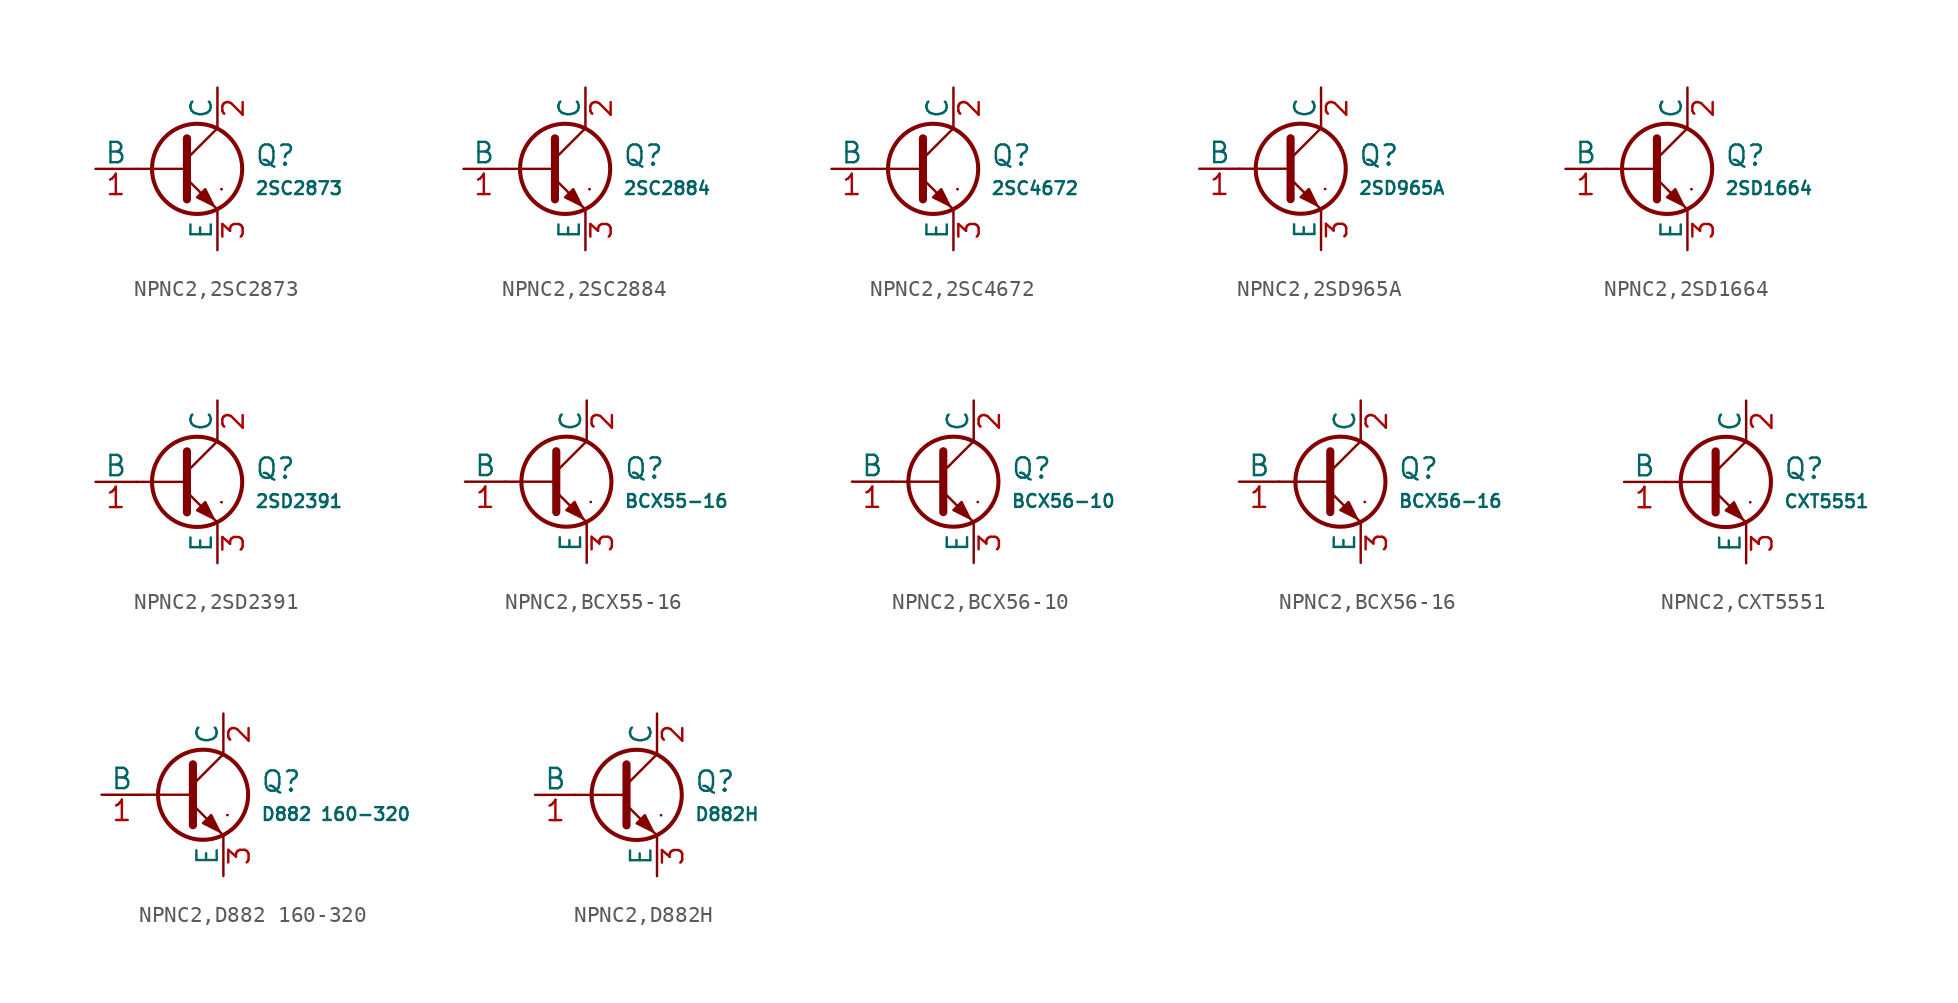
<source format=kicad_sym>
(kicad_symbol_lib
  (version 20231120)
  (generator "CDFER")
  (generator_version "8.0")
  (symbol "NPNC2,2SC2873"
    (pin_names
      (offset 0))
    (property "Reference" "Q"
      (at 4.851 0.834 0)
      (effects (font (size 1.27 1.27)) (justify left)))
    (property "Value" "2SC2873"
      (at 4.851 -1.212 0)
      (effects (font (size 0.8 0.8)) (justify left)))
    (symbol "NPNC2,2SC2873_0_1"
      (polyline (pts (xy -2.54 0) (xy 0.635 0)) (stroke (width 0.152) (type default)) (fill (type none)))
      (polyline (pts (xy 0.635 0.635) (xy 2.54 2.54)) (stroke (width 0) (type default)) (fill (type none)))
      (polyline (pts (xy 2.794 -1.27) (xy 2.794 -1.27)) (stroke (width 0.152) (type default)) (fill (type none)))
      (polyline (pts (xy 2.794 -1.27) (xy 2.794 -1.27)) (stroke (width 0.152) (type default)) (fill (type none)))
      (polyline (pts (xy 0.635 -0.635) (xy 2.54 -2.54) (xy 2.54 -2.54)) (stroke (width 0) (type default)) (fill (type none)))
      (polyline (pts (xy 0.635 1.905) (xy 0.635 -1.905) (xy 0.635 -1.905)) (stroke (width 0.508) (type default)) (fill (type none)))
      (polyline (pts (xy 1.27 -1.778) (xy 1.778 -1.27) (xy 2.286 -2.286) (xy 1.27 -1.778) (xy 1.27 -1.778)) (stroke (width 0) (type default)) (fill (type outline)))
      (circle (center 1.27 0) (radius 2.819) (stroke (width 0.254) (type default)) (fill (type none))))
    (symbol "NPNC2,2SC2873_1_1"
      (pin open_collector line (at 2.54 5.08 270) (length 2.54) (name "C" (effects (font (size 1.27 1.27)))) (number "2" (effects (font (size 1.27 1.27)))))
      (pin input line (at -5.08 0 0) (length 2.54) (name "B" (effects (font (size 1.27 1.27)))) (number "1" (effects (font (size 1.27 1.27)))))
      (pin open_emitter line (at 2.54 -5.08 90) (length 2.54) (name "E" (effects (font (size 1.27 1.27)))) (number "3" (effects (font (size 1.27 1.27)))))))
  (symbol "NPNC2,2SC2884"
    (pin_names
      (offset 0))
    (property "Reference" "Q"
      (at 4.851 0.834 0)
      (effects (font (size 1.27 1.27)) (justify left)))
    (property "Value" "2SC2884"
      (at 4.851 -1.212 0)
      (effects (font (size 0.8 0.8)) (justify left)))
    (symbol "NPNC2,2SC2884_0_1"
      (polyline (pts (xy -2.54 0) (xy 0.635 0)) (stroke (width 0.152) (type default)) (fill (type none)))
      (polyline (pts (xy 0.635 0.635) (xy 2.54 2.54)) (stroke (width 0) (type default)) (fill (type none)))
      (polyline (pts (xy 2.794 -1.27) (xy 2.794 -1.27)) (stroke (width 0.152) (type default)) (fill (type none)))
      (polyline (pts (xy 2.794 -1.27) (xy 2.794 -1.27)) (stroke (width 0.152) (type default)) (fill (type none)))
      (polyline (pts (xy 0.635 -0.635) (xy 2.54 -2.54) (xy 2.54 -2.54)) (stroke (width 0) (type default)) (fill (type none)))
      (polyline (pts (xy 0.635 1.905) (xy 0.635 -1.905) (xy 0.635 -1.905)) (stroke (width 0.508) (type default)) (fill (type none)))
      (polyline (pts (xy 1.27 -1.778) (xy 1.778 -1.27) (xy 2.286 -2.286) (xy 1.27 -1.778) (xy 1.27 -1.778)) (stroke (width 0) (type default)) (fill (type outline)))
      (circle (center 1.27 0) (radius 2.819) (stroke (width 0.254) (type default)) (fill (type none))))
    (symbol "NPNC2,2SC2884_1_1"
      (pin open_collector line (at 2.54 5.08 270) (length 2.54) (name "C" (effects (font (size 1.27 1.27)))) (number "2" (effects (font (size 1.27 1.27)))))
      (pin input line (at -5.08 0 0) (length 2.54) (name "B" (effects (font (size 1.27 1.27)))) (number "1" (effects (font (size 1.27 1.27)))))
      (pin open_emitter line (at 2.54 -5.08 90) (length 2.54) (name "E" (effects (font (size 1.27 1.27)))) (number "3" (effects (font (size 1.27 1.27)))))))
  (symbol "NPNC2,2SC4672"
    (pin_names
      (offset 0))
    (property "Reference" "Q"
      (at 4.851 0.834 0)
      (effects (font (size 1.27 1.27)) (justify left)))
    (property "Value" "2SC4672"
      (at 4.851 -1.212 0)
      (effects (font (size 0.8 0.8)) (justify left)))
    (symbol "NPNC2,2SC4672_0_1"
      (polyline (pts (xy -2.54 0) (xy 0.635 0)) (stroke (width 0.152) (type default)) (fill (type none)))
      (polyline (pts (xy 0.635 0.635) (xy 2.54 2.54)) (stroke (width 0) (type default)) (fill (type none)))
      (polyline (pts (xy 2.794 -1.27) (xy 2.794 -1.27)) (stroke (width 0.152) (type default)) (fill (type none)))
      (polyline (pts (xy 2.794 -1.27) (xy 2.794 -1.27)) (stroke (width 0.152) (type default)) (fill (type none)))
      (polyline (pts (xy 0.635 -0.635) (xy 2.54 -2.54) (xy 2.54 -2.54)) (stroke (width 0) (type default)) (fill (type none)))
      (polyline (pts (xy 0.635 1.905) (xy 0.635 -1.905) (xy 0.635 -1.905)) (stroke (width 0.508) (type default)) (fill (type none)))
      (polyline (pts (xy 1.27 -1.778) (xy 1.778 -1.27) (xy 2.286 -2.286) (xy 1.27 -1.778) (xy 1.27 -1.778)) (stroke (width 0) (type default)) (fill (type outline)))
      (circle (center 1.27 0) (radius 2.819) (stroke (width 0.254) (type default)) (fill (type none))))
    (symbol "NPNC2,2SC4672_1_1"
      (pin open_collector line (at 2.54 5.08 270) (length 2.54) (name "C" (effects (font (size 1.27 1.27)))) (number "2" (effects (font (size 1.27 1.27)))))
      (pin input line (at -5.08 0 0) (length 2.54) (name "B" (effects (font (size 1.27 1.27)))) (number "1" (effects (font (size 1.27 1.27)))))
      (pin open_emitter line (at 2.54 -5.08 90) (length 2.54) (name "E" (effects (font (size 1.27 1.27)))) (number "3" (effects (font (size 1.27 1.27)))))))
  (symbol "NPNC2,2SD965A"
    (pin_names
      (offset 0))
    (property "Reference" "Q"
      (at 4.851 0.834 0)
      (effects (font (size 1.27 1.27)) (justify left)))
    (property "Value" "2SD965A"
      (at 4.851 -1.212 0)
      (effects (font (size 0.8 0.8)) (justify left)))
    (symbol "NPNC2,2SD965A_0_1"
      (polyline (pts (xy -2.54 0) (xy 0.635 0)) (stroke (width 0.152) (type default)) (fill (type none)))
      (polyline (pts (xy 0.635 0.635) (xy 2.54 2.54)) (stroke (width 0) (type default)) (fill (type none)))
      (polyline (pts (xy 2.794 -1.27) (xy 2.794 -1.27)) (stroke (width 0.152) (type default)) (fill (type none)))
      (polyline (pts (xy 2.794 -1.27) (xy 2.794 -1.27)) (stroke (width 0.152) (type default)) (fill (type none)))
      (polyline (pts (xy 0.635 -0.635) (xy 2.54 -2.54) (xy 2.54 -2.54)) (stroke (width 0) (type default)) (fill (type none)))
      (polyline (pts (xy 0.635 1.905) (xy 0.635 -1.905) (xy 0.635 -1.905)) (stroke (width 0.508) (type default)) (fill (type none)))
      (polyline (pts (xy 1.27 -1.778) (xy 1.778 -1.27) (xy 2.286 -2.286) (xy 1.27 -1.778) (xy 1.27 -1.778)) (stroke (width 0) (type default)) (fill (type outline)))
      (circle (center 1.27 0) (radius 2.819) (stroke (width 0.254) (type default)) (fill (type none))))
    (symbol "NPNC2,2SD965A_1_1"
      (pin open_collector line (at 2.54 5.08 270) (length 2.54) (name "C" (effects (font (size 1.27 1.27)))) (number "2" (effects (font (size 1.27 1.27)))))
      (pin input line (at -5.08 0 0) (length 2.54) (name "B" (effects (font (size 1.27 1.27)))) (number "1" (effects (font (size 1.27 1.27)))))
      (pin open_emitter line (at 2.54 -5.08 90) (length 2.54) (name "E" (effects (font (size 1.27 1.27)))) (number "3" (effects (font (size 1.27 1.27)))))))
  (symbol "NPNC2,2SD1664"
    (pin_names
      (offset 0))
    (property "Reference" "Q"
      (at 4.851 0.834 0)
      (effects (font (size 1.27 1.27)) (justify left)))
    (property "Value" "2SD1664"
      (at 4.851 -1.212 0)
      (effects (font (size 0.8 0.8)) (justify left)))
    (symbol "NPNC2,2SD1664_0_1"
      (polyline (pts (xy -2.54 0) (xy 0.635 0)) (stroke (width 0.152) (type default)) (fill (type none)))
      (polyline (pts (xy 0.635 0.635) (xy 2.54 2.54)) (stroke (width 0) (type default)) (fill (type none)))
      (polyline (pts (xy 2.794 -1.27) (xy 2.794 -1.27)) (stroke (width 0.152) (type default)) (fill (type none)))
      (polyline (pts (xy 2.794 -1.27) (xy 2.794 -1.27)) (stroke (width 0.152) (type default)) (fill (type none)))
      (polyline (pts (xy 0.635 -0.635) (xy 2.54 -2.54) (xy 2.54 -2.54)) (stroke (width 0) (type default)) (fill (type none)))
      (polyline (pts (xy 0.635 1.905) (xy 0.635 -1.905) (xy 0.635 -1.905)) (stroke (width 0.508) (type default)) (fill (type none)))
      (polyline (pts (xy 1.27 -1.778) (xy 1.778 -1.27) (xy 2.286 -2.286) (xy 1.27 -1.778) (xy 1.27 -1.778)) (stroke (width 0) (type default)) (fill (type outline)))
      (circle (center 1.27 0) (radius 2.819) (stroke (width 0.254) (type default)) (fill (type none))))
    (symbol "NPNC2,2SD1664_1_1"
      (pin open_collector line (at 2.54 5.08 270) (length 2.54) (name "C" (effects (font (size 1.27 1.27)))) (number "2" (effects (font (size 1.27 1.27)))))
      (pin input line (at -5.08 0 0) (length 2.54) (name "B" (effects (font (size 1.27 1.27)))) (number "1" (effects (font (size 1.27 1.27)))))
      (pin open_emitter line (at 2.54 -5.08 90) (length 2.54) (name "E" (effects (font (size 1.27 1.27)))) (number "3" (effects (font (size 1.27 1.27)))))))
  (symbol "NPNC2,2SD2391"
    (pin_names
      (offset 0))
    (property "Reference" "Q"
      (at 4.851 0.834 0)
      (effects (font (size 1.27 1.27)) (justify left)))
    (property "Value" "2SD2391"
      (at 4.851 -1.212 0)
      (effects (font (size 0.8 0.8)) (justify left)))
    (symbol "NPNC2,2SD2391_0_1"
      (polyline (pts (xy -2.54 0) (xy 0.635 0)) (stroke (width 0.152) (type default)) (fill (type none)))
      (polyline (pts (xy 0.635 0.635) (xy 2.54 2.54)) (stroke (width 0) (type default)) (fill (type none)))
      (polyline (pts (xy 2.794 -1.27) (xy 2.794 -1.27)) (stroke (width 0.152) (type default)) (fill (type none)))
      (polyline (pts (xy 2.794 -1.27) (xy 2.794 -1.27)) (stroke (width 0.152) (type default)) (fill (type none)))
      (polyline (pts (xy 0.635 -0.635) (xy 2.54 -2.54) (xy 2.54 -2.54)) (stroke (width 0) (type default)) (fill (type none)))
      (polyline (pts (xy 0.635 1.905) (xy 0.635 -1.905) (xy 0.635 -1.905)) (stroke (width 0.508) (type default)) (fill (type none)))
      (polyline (pts (xy 1.27 -1.778) (xy 1.778 -1.27) (xy 2.286 -2.286) (xy 1.27 -1.778) (xy 1.27 -1.778)) (stroke (width 0) (type default)) (fill (type outline)))
      (circle (center 1.27 0) (radius 2.819) (stroke (width 0.254) (type default)) (fill (type none))))
    (symbol "NPNC2,2SD2391_1_1"
      (pin open_collector line (at 2.54 5.08 270) (length 2.54) (name "C" (effects (font (size 1.27 1.27)))) (number "2" (effects (font (size 1.27 1.27)))))
      (pin input line (at -5.08 0 0) (length 2.54) (name "B" (effects (font (size 1.27 1.27)))) (number "1" (effects (font (size 1.27 1.27)))))
      (pin open_emitter line (at 2.54 -5.08 90) (length 2.54) (name "E" (effects (font (size 1.27 1.27)))) (number "3" (effects (font (size 1.27 1.27)))))))
  (symbol "NPNC2,BCX55-16"
    (pin_names
      (offset 0))
    (property "Reference" "Q"
      (at 4.851 0.834 0)
      (effects (font (size 1.27 1.27)) (justify left)))
    (property "Value" "BCX55-16"
      (at 4.851 -1.212 0)
      (effects (font (size 0.8 0.8)) (justify left)))
    (symbol "NPNC2,BCX55-16_0_1"
      (polyline (pts (xy -2.54 0) (xy 0.635 0)) (stroke (width 0.152) (type default)) (fill (type none)))
      (polyline (pts (xy 0.635 0.635) (xy 2.54 2.54)) (stroke (width 0) (type default)) (fill (type none)))
      (polyline (pts (xy 2.794 -1.27) (xy 2.794 -1.27)) (stroke (width 0.152) (type default)) (fill (type none)))
      (polyline (pts (xy 2.794 -1.27) (xy 2.794 -1.27)) (stroke (width 0.152) (type default)) (fill (type none)))
      (polyline (pts (xy 0.635 -0.635) (xy 2.54 -2.54) (xy 2.54 -2.54)) (stroke (width 0) (type default)) (fill (type none)))
      (polyline (pts (xy 0.635 1.905) (xy 0.635 -1.905) (xy 0.635 -1.905)) (stroke (width 0.508) (type default)) (fill (type none)))
      (polyline (pts (xy 1.27 -1.778) (xy 1.778 -1.27) (xy 2.286 -2.286) (xy 1.27 -1.778) (xy 1.27 -1.778)) (stroke (width 0) (type default)) (fill (type outline)))
      (circle (center 1.27 0) (radius 2.819) (stroke (width 0.254) (type default)) (fill (type none))))
    (symbol "NPNC2,BCX55-16_1_1"
      (pin open_collector line (at 2.54 5.08 270) (length 2.54) (name "C" (effects (font (size 1.27 1.27)))) (number "2" (effects (font (size 1.27 1.27)))))
      (pin input line (at -5.08 0 0) (length 2.54) (name "B" (effects (font (size 1.27 1.27)))) (number "1" (effects (font (size 1.27 1.27)))))
      (pin open_emitter line (at 2.54 -5.08 90) (length 2.54) (name "E" (effects (font (size 1.27 1.27)))) (number "3" (effects (font (size 1.27 1.27)))))))
  (symbol "NPNC2,BCX56-10"
    (pin_names
      (offset 0))
    (property "Reference" "Q"
      (at 4.851 0.834 0)
      (effects (font (size 1.27 1.27)) (justify left)))
    (property "Value" "BCX56-10"
      (at 4.851 -1.212 0)
      (effects (font (size 0.8 0.8)) (justify left)))
    (symbol "NPNC2,BCX56-10_0_1"
      (polyline (pts (xy -2.54 0) (xy 0.635 0)) (stroke (width 0.152) (type default)) (fill (type none)))
      (polyline (pts (xy 0.635 0.635) (xy 2.54 2.54)) (stroke (width 0) (type default)) (fill (type none)))
      (polyline (pts (xy 2.794 -1.27) (xy 2.794 -1.27)) (stroke (width 0.152) (type default)) (fill (type none)))
      (polyline (pts (xy 2.794 -1.27) (xy 2.794 -1.27)) (stroke (width 0.152) (type default)) (fill (type none)))
      (polyline (pts (xy 0.635 -0.635) (xy 2.54 -2.54) (xy 2.54 -2.54)) (stroke (width 0) (type default)) (fill (type none)))
      (polyline (pts (xy 0.635 1.905) (xy 0.635 -1.905) (xy 0.635 -1.905)) (stroke (width 0.508) (type default)) (fill (type none)))
      (polyline (pts (xy 1.27 -1.778) (xy 1.778 -1.27) (xy 2.286 -2.286) (xy 1.27 -1.778) (xy 1.27 -1.778)) (stroke (width 0) (type default)) (fill (type outline)))
      (circle (center 1.27 0) (radius 2.819) (stroke (width 0.254) (type default)) (fill (type none))))
    (symbol "NPNC2,BCX56-10_1_1"
      (pin open_collector line (at 2.54 5.08 270) (length 2.54) (name "C" (effects (font (size 1.27 1.27)))) (number "2" (effects (font (size 1.27 1.27)))))
      (pin input line (at -5.08 0 0) (length 2.54) (name "B" (effects (font (size 1.27 1.27)))) (number "1" (effects (font (size 1.27 1.27)))))
      (pin open_emitter line (at 2.54 -5.08 90) (length 2.54) (name "E" (effects (font (size 1.27 1.27)))) (number "3" (effects (font (size 1.27 1.27)))))))
  (symbol "NPNC2,BCX56-16"
    (pin_names
      (offset 0))
    (property "Reference" "Q"
      (at 4.851 0.834 0)
      (effects (font (size 1.27 1.27)) (justify left)))
    (property "Value" "BCX56-16"
      (at 4.851 -1.212 0)
      (effects (font (size 0.8 0.8)) (justify left)))
    (symbol "NPNC2,BCX56-16_0_1"
      (polyline (pts (xy -2.54 0) (xy 0.635 0)) (stroke (width 0.152) (type default)) (fill (type none)))
      (polyline (pts (xy 0.635 0.635) (xy 2.54 2.54)) (stroke (width 0) (type default)) (fill (type none)))
      (polyline (pts (xy 2.794 -1.27) (xy 2.794 -1.27)) (stroke (width 0.152) (type default)) (fill (type none)))
      (polyline (pts (xy 2.794 -1.27) (xy 2.794 -1.27)) (stroke (width 0.152) (type default)) (fill (type none)))
      (polyline (pts (xy 0.635 -0.635) (xy 2.54 -2.54) (xy 2.54 -2.54)) (stroke (width 0) (type default)) (fill (type none)))
      (polyline (pts (xy 0.635 1.905) (xy 0.635 -1.905) (xy 0.635 -1.905)) (stroke (width 0.508) (type default)) (fill (type none)))
      (polyline (pts (xy 1.27 -1.778) (xy 1.778 -1.27) (xy 2.286 -2.286) (xy 1.27 -1.778) (xy 1.27 -1.778)) (stroke (width 0) (type default)) (fill (type outline)))
      (circle (center 1.27 0) (radius 2.819) (stroke (width 0.254) (type default)) (fill (type none))))
    (symbol "NPNC2,BCX56-16_1_1"
      (pin open_collector line (at 2.54 5.08 270) (length 2.54) (name "C" (effects (font (size 1.27 1.27)))) (number "2" (effects (font (size 1.27 1.27)))))
      (pin input line (at -5.08 0 0) (length 2.54) (name "B" (effects (font (size 1.27 1.27)))) (number "1" (effects (font (size 1.27 1.27)))))
      (pin open_emitter line (at 2.54 -5.08 90) (length 2.54) (name "E" (effects (font (size 1.27 1.27)))) (number "3" (effects (font (size 1.27 1.27)))))))
  (symbol "NPNC2,CXT5551"
    (pin_names
      (offset 0))
    (property "Reference" "Q"
      (at 4.851 0.834 0)
      (effects (font (size 1.27 1.27)) (justify left)))
    (property "Value" "CXT5551"
      (at 4.851 -1.212 0)
      (effects (font (size 0.8 0.8)) (justify left)))
    (symbol "NPNC2,CXT5551_0_1"
      (polyline (pts (xy -2.54 0) (xy 0.635 0)) (stroke (width 0.152) (type default)) (fill (type none)))
      (polyline (pts (xy 0.635 0.635) (xy 2.54 2.54)) (stroke (width 0) (type default)) (fill (type none)))
      (polyline (pts (xy 2.794 -1.27) (xy 2.794 -1.27)) (stroke (width 0.152) (type default)) (fill (type none)))
      (polyline (pts (xy 2.794 -1.27) (xy 2.794 -1.27)) (stroke (width 0.152) (type default)) (fill (type none)))
      (polyline (pts (xy 0.635 -0.635) (xy 2.54 -2.54) (xy 2.54 -2.54)) (stroke (width 0) (type default)) (fill (type none)))
      (polyline (pts (xy 0.635 1.905) (xy 0.635 -1.905) (xy 0.635 -1.905)) (stroke (width 0.508) (type default)) (fill (type none)))
      (polyline (pts (xy 1.27 -1.778) (xy 1.778 -1.27) (xy 2.286 -2.286) (xy 1.27 -1.778) (xy 1.27 -1.778)) (stroke (width 0) (type default)) (fill (type outline)))
      (circle (center 1.27 0) (radius 2.819) (stroke (width 0.254) (type default)) (fill (type none))))
    (symbol "NPNC2,CXT5551_1_1"
      (pin open_collector line (at 2.54 5.08 270) (length 2.54) (name "C" (effects (font (size 1.27 1.27)))) (number "2" (effects (font (size 1.27 1.27)))))
      (pin input line (at -5.08 0 0) (length 2.54) (name "B" (effects (font (size 1.27 1.27)))) (number "1" (effects (font (size 1.27 1.27)))))
      (pin open_emitter line (at 2.54 -5.08 90) (length 2.54) (name "E" (effects (font (size 1.27 1.27)))) (number "3" (effects (font (size 1.27 1.27)))))))
  (symbol "NPNC2,D882 160-320"
    (pin_names
      (offset 0))
    (property "Reference" "Q"
      (at 4.851 0.834 0)
      (effects (font (size 1.27 1.27)) (justify left)))
    (property "Value" "D882 160-320"
      (at 4.851 -1.212 0)
      (effects (font (size 0.8 0.8)) (justify left)))
    (symbol "NPNC2,D882 160-320_0_1"
      (polyline (pts (xy -2.54 0) (xy 0.635 0)) (stroke (width 0.152) (type default)) (fill (type none)))
      (polyline (pts (xy 0.635 0.635) (xy 2.54 2.54)) (stroke (width 0) (type default)) (fill (type none)))
      (polyline (pts (xy 2.794 -1.27) (xy 2.794 -1.27)) (stroke (width 0.152) (type default)) (fill (type none)))
      (polyline (pts (xy 2.794 -1.27) (xy 2.794 -1.27)) (stroke (width 0.152) (type default)) (fill (type none)))
      (polyline (pts (xy 0.635 -0.635) (xy 2.54 -2.54) (xy 2.54 -2.54)) (stroke (width 0) (type default)) (fill (type none)))
      (polyline (pts (xy 0.635 1.905) (xy 0.635 -1.905) (xy 0.635 -1.905)) (stroke (width 0.508) (type default)) (fill (type none)))
      (polyline (pts (xy 1.27 -1.778) (xy 1.778 -1.27) (xy 2.286 -2.286) (xy 1.27 -1.778) (xy 1.27 -1.778)) (stroke (width 0) (type default)) (fill (type outline)))
      (circle (center 1.27 0) (radius 2.819) (stroke (width 0.254) (type default)) (fill (type none))))
    (symbol "NPNC2,D882 160-320_1_1"
      (pin open_collector line (at 2.54 5.08 270) (length 2.54) (name "C" (effects (font (size 1.27 1.27)))) (number "2" (effects (font (size 1.27 1.27)))))
      (pin input line (at -5.08 0 0) (length 2.54) (name "B" (effects (font (size 1.27 1.27)))) (number "1" (effects (font (size 1.27 1.27)))))
      (pin open_emitter line (at 2.54 -5.08 90) (length 2.54) (name "E" (effects (font (size 1.27 1.27)))) (number "3" (effects (font (size 1.27 1.27)))))))
  (symbol "NPNC2,D882H"
    (pin_names
      (offset 0))
    (property "Reference" "Q"
      (at 4.851 0.834 0)
      (effects (font (size 1.27 1.27)) (justify left)))
    (property "Value" "D882H"
      (at 4.851 -1.212 0)
      (effects (font (size 0.8 0.8)) (justify left)))
    (symbol "NPNC2,D882H_0_1"
      (polyline (pts (xy -2.54 0) (xy 0.635 0)) (stroke (width 0.152) (type default)) (fill (type none)))
      (polyline (pts (xy 0.635 0.635) (xy 2.54 2.54)) (stroke (width 0) (type default)) (fill (type none)))
      (polyline (pts (xy 2.794 -1.27) (xy 2.794 -1.27)) (stroke (width 0.152) (type default)) (fill (type none)))
      (polyline (pts (xy 2.794 -1.27) (xy 2.794 -1.27)) (stroke (width 0.152) (type default)) (fill (type none)))
      (polyline (pts (xy 0.635 -0.635) (xy 2.54 -2.54) (xy 2.54 -2.54)) (stroke (width 0) (type default)) (fill (type none)))
      (polyline (pts (xy 0.635 1.905) (xy 0.635 -1.905) (xy 0.635 -1.905)) (stroke (width 0.508) (type default)) (fill (type none)))
      (polyline (pts (xy 1.27 -1.778) (xy 1.778 -1.27) (xy 2.286 -2.286) (xy 1.27 -1.778) (xy 1.27 -1.778)) (stroke (width 0) (type default)) (fill (type outline)))
      (circle (center 1.27 0) (radius 2.819) (stroke (width 0.254) (type default)) (fill (type none))))
    (symbol "NPNC2,D882H_1_1"
      (pin open_collector line (at 2.54 5.08 270) (length 2.54) (name "C" (effects (font (size 1.27 1.27)))) (number "2" (effects (font (size 1.27 1.27)))))
      (pin input line (at -5.08 0 0) (length 2.54) (name "B" (effects (font (size 1.27 1.27)))) (number "1" (effects (font (size 1.27 1.27)))))
      (pin open_emitter line (at 2.54 -5.08 90) (length 2.54) (name "E" (effects (font (size 1.27 1.27)))) (number "3" (effects (font (size 1.27 1.27))))))))
</source>
